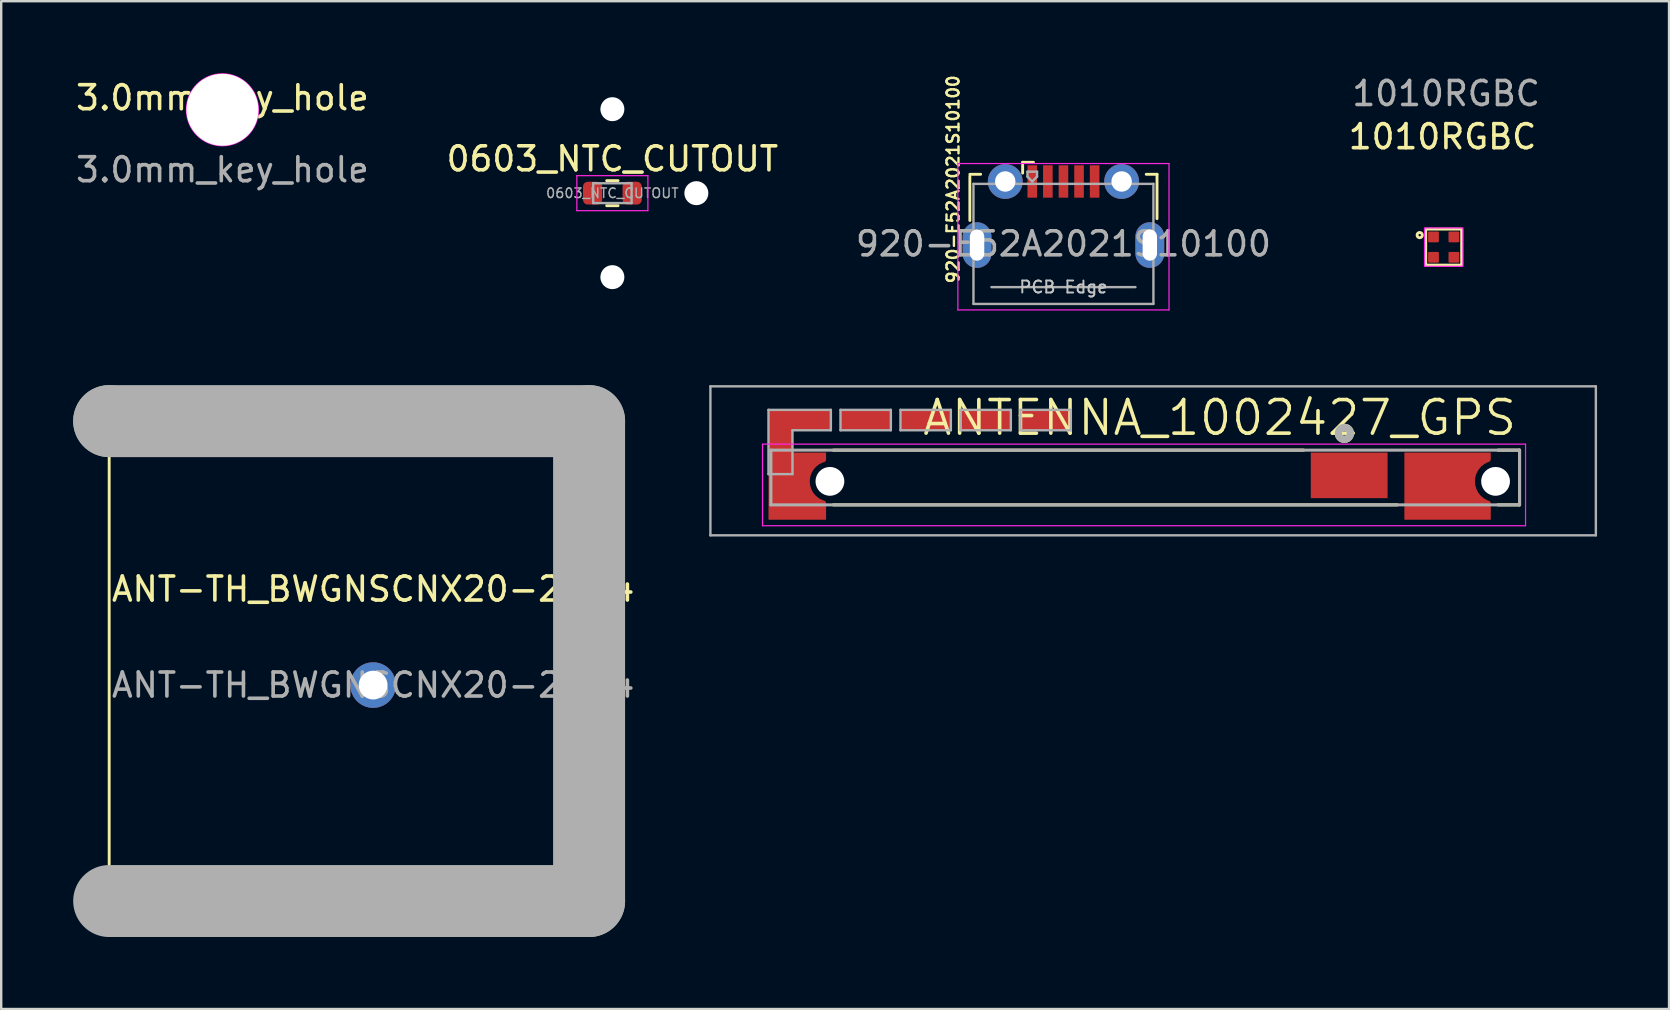
<source format=kicad_pcb>
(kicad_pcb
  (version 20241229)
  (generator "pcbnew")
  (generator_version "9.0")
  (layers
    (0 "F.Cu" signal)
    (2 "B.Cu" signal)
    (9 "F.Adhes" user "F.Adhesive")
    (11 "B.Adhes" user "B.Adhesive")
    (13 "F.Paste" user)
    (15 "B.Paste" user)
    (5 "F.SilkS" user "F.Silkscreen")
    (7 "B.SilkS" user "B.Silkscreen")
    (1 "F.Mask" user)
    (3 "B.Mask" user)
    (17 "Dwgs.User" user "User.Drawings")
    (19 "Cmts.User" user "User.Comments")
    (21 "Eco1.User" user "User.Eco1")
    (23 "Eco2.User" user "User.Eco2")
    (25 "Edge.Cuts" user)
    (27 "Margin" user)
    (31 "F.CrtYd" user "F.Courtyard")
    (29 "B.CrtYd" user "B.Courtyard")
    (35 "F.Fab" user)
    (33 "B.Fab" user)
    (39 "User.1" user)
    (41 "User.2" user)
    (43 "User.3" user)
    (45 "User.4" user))
  (footprint "ANTENNA_1002427_GPS"
    (layer "F.Cu")
    (at 29.076 15.71)
    (property "Reference" "ANTENNA_1002427_GPS" (at 18.7 -1.35 0) (layer "F.SilkS") (effects (font (size 1.4 1.4) (thickness 0.15))))
    (attr through_hole)
    (fp_line (start 2.6 0) (end 22.2 0) (stroke (width 0.127) (type solid)) (layer "F.SilkS"))
    (fp_line (start 26.1 2.28) (end 2.6 2.28) (stroke (width 0.127) (type solid)) (layer "F.SilkS"))
    (fp_line (start 30.3 0) (end 31.2 0) (stroke (width 0.127) (type solid)) (layer "F.SilkS"))
    (fp_line (start 31.2 0) (end 31.2 2.28) (stroke (width 0.127) (type solid)) (layer "F.SilkS"))
    (fp_line (start 31.2 2.28) (end 30.3 2.28) (stroke (width 0.127) (type solid)) (layer "F.SilkS"))
    (fp_circle (center 23.9 -0.7) (end 24 -0.7) (stroke (width 0.3) (type solid)) (fill no) (layer "F.SilkS"))
    (fp_line (start -0.35 -0.25) (end 31.45 -0.25) (stroke (width 0.05) (type solid)) (layer "F.CrtYd"))
    (fp_line (start -0.35 3.15) (end -0.35 -0.25) (stroke (width 0.05) (type solid)) (layer "F.CrtYd"))
    (fp_line (start 31.45 -0.25) (end 31.45 3.15) (stroke (width 0.05) (type solid)) (layer "F.CrtYd"))
    (fp_line (start 31.45 3.15) (end -0.35 3.15) (stroke (width 0.05) (type solid)) (layer "F.CrtYd"))
    (fp_line (start -2.52 -2.66) (end 34.38 -2.66) (stroke (width 0.1) (type solid)) (layer "F.Fab"))
    (fp_line (start -2.52 3.55) (end -2.52 -2.66) (stroke (width 0.1) (type solid)) (layer "F.Fab"))
    (fp_line (start -0.1 -1.68) (end 2.5 -1.68) (stroke (width 0.1) (type solid)) (layer "F.Fab"))
    (fp_line (start -0.1 1) (end -0.1 -1.68) (stroke (width 0.1) (type solid)) (layer "F.Fab"))
    (fp_line (start 0 0) (end 31.2 0) (stroke (width 0.127) (type solid)) (layer "F.Fab"))
    (fp_line (start 0 2.28) (end 0 0) (stroke (width 0.127) (type solid)) (layer "F.Fab"))
    (fp_line (start 0.9 -0.83) (end 0.9 1) (stroke (width 0.1) (type solid)) (layer "F.Fab"))
    (fp_line (start 0.9 1) (end -0.1 1) (stroke (width 0.1) (type solid)) (layer "F.Fab"))
    (fp_line (start 2.5 -1.68) (end 2.5 -0.83) (stroke (width 0.1) (type solid)) (layer "F.Fab"))
    (fp_line (start 2.5 -0.83) (end 0.9 -0.83) (stroke (width 0.1) (type solid)) (layer "F.Fab"))
    (fp_line (start 2.9 -1.68) (end 5 -1.68) (stroke (width 0.1) (type solid)) (layer "F.Fab"))
    (fp_line (start 2.9 -0.83) (end 2.9 -1.68) (stroke (width 0.1) (type solid)) (layer "F.Fab"))
    (fp_line (start 5 -1.68) (end 5 -0.83) (stroke (width 0.1) (type solid)) (layer "F.Fab"))
    (fp_line (start 5 -0.83) (end 2.9 -0.83) (stroke (width 0.1) (type solid)) (layer "F.Fab"))
    (fp_line (start 5.4 -1.68) (end 7.5 -1.68) (stroke (width 0.1) (type solid)) (layer "F.Fab"))
    (fp_line (start 5.4 -0.83) (end 5.4 -1.68) (stroke (width 0.1) (type solid)) (layer "F.Fab"))
    (fp_line (start 7.5 -1.68) (end 7.5 -0.83) (stroke (width 0.1) (type solid)) (layer "F.Fab"))
    (fp_line (start 7.5 -0.83) (end 5.4 -0.83) (stroke (width 0.1) (type solid)) (layer "F.Fab"))
    (fp_line (start 7.9 -1.68) (end 10 -1.68) (stroke (width 0.1) (type solid)) (layer "F.Fab"))
    (fp_line (start 7.9 -0.83) (end 7.9 -1.68) (stroke (width 0.1) (type solid)) (layer "F.Fab"))
    (fp_line (start 10 -1.68) (end 10 -0.83) (stroke (width 0.1) (type solid)) (layer "F.Fab"))
    (fp_line (start 10 -0.83) (end 7.9 -0.83) (stroke (width 0.1) (type solid)) (layer "F.Fab"))
    (fp_line (start 10.4 -1.68) (end 12.5 -1.68) (stroke (width 0.1) (type solid)) (layer "F.Fab"))
    (fp_line (start 10.4 -0.83) (end 10.4 -1.68) (stroke (width 0.1) (type solid)) (layer "F.Fab"))
    (fp_line (start 12.5 -1.68) (end 12.5 -0.83) (stroke (width 0.1) (type solid)) (layer "F.Fab"))
    (fp_line (start 12.5 -0.83) (end 10.4 -0.83) (stroke (width 0.1) (type solid)) (layer "F.Fab"))
    (fp_line (start 31.2 0) (end 31.2 2.28) (stroke (width 0.127) (type solid)) (layer "F.Fab"))
    (fp_line (start 31.2 2.28) (end 0 2.28) (stroke (width 0.127) (type solid)) (layer "F.Fab"))
    (fp_line (start 34.38 -2.66) (end 34.38 3.55) (stroke (width 0.1) (type solid)) (layer "F.Fab"))
    (fp_line (start 34.38 3.55) (end -2.52 3.55) (stroke (width 0.1) (type solid)) (layer "F.Fab"))
    (fp_circle (center 23.9 -0.7) (end 24 -0.7) (stroke (width 0.3) (type solid)) (fill no) (layer "F.Fab"))
    (pad "" np_thru_hole circle (at 2.46 1.3) (size 1.2 1.2) (drill 1.2) (layers "*.Cu" "*.Mask"))
    (pad "" np_thru_hole circle (at 30.2 1.3) (size 1.2 1.2) (drill 1.2) (layers "*.Cu" "*.Mask"))
    (pad "1" smd rect (at 24.1 1.05) (size 3.2 1.9) (layers "F.Cu" "F.Mask" "F.Paste"))
    (pad "2" smd custom (at 28.02 1.375) (size 0.3 0.3) (layers "F.Cu" "F.Mask" "F.Paste") (options (anchor rect)) (primitives (gr_poly (pts (xy 1.98 -0.975) (xy 1.98 -1.275) (xy -1.62 -1.275) (xy -1.62 1.525) (xy 1.98 1.525) (xy 1.98 0.825) (xy 1.38 0.525) (xy 1.231 -0.062) (xy 1.48 -0.675)) (width 0.0001) (fill yes)) (gr_arc (start 1.88 0.832947) (mid 1.223775 -0.073744) (end 1.877615 -0.982156) (width 0.2))))
    (pad "3" smd rect (at 0.4 -0.6 90) (size 2.1 1) (layers "F.Cu"))
    (pad "3" smd custom (at 0.875 1.325) (size 0.3 0.3) (layers "F.Cu" "F.Mask" "F.Paste") (options (anchor rect)) (primitives (gr_poly (pts (xy 1.425 -0.925) (xy 1.425 -1.225) (xy -0.975 -1.225) (xy -0.975 1.575) (xy 1.425 1.575) (xy 1.425 0.875) (xy 0.825 0.575) (xy 0.648 -0.025) (xy 0.825 -0.625)) (width 0.0001) (fill yes)) (gr_arc (start 1.325 0.875) (mid 0.648197 -0.025) (end 1.325 -0.925) (width 0.2))))
    (pad "3" smd rect (at 1.45 -1.25) (size 2.1 0.85) (layers "F.Cu"))
    (pad "4" smd rect (at 3.95 -1.25) (size 2.1 0.85) (layers "F.Cu"))
    (pad "5" smd rect (at 6.45 -1.25) (size 2.1 0.85) (layers "F.Cu"))
    (pad "6" smd rect (at 8.95 -1.25) (size 2.1 0.85) (layers "F.Cu"))
    (pad "7" smd rect (at 11.45 -1.25) (size 2.1 0.85) (layers "F.Cu"))
    (zone (net_name "") (layers "F.Cu" "B.Cu") (hatch edge 0.508) (connect_pads) (min_thickness 0.254) (filled_areas_thickness no) (keepout (tracks allowed) (vias allowed) (pads allowed) (copperpour not_allowed) (footprints allowed)) (placement (enabled no)) (fill) (polygon (pts (xy 55.476 19.26) (xy 26.626 19.26) (xy 26.576 13.06) (xy 63.476 13.06) (xy 63.476 15.46) (xy 55.476 15.46)))))
  (footprint "920-E52A2021S10100"
    (layer "F.Cu")
    (at 41.268 8.913)
    (property "Reference" "920-E52A2021S10100" (at -4.6 -4.491 90) (layer "F.SilkS") (effects (font (size 0.5 0.5) (thickness 0.1))))
    (attr smd)
    (fp_line (start -3.9 -4.7) (end -3.45 -4.7) (stroke (width 0.12) (type solid)) (layer "F.SilkS"))
    (fp_line (start -3.9 -2.775) (end -3.9 -4.625) (stroke (width 0.12) (type solid)) (layer "F.SilkS"))
    (fp_line (start -1.7 -5.2) (end -1.7 -4.75) (stroke (width 0.12) (type solid)) (layer "F.SilkS"))
    (fp_line (start -1.7 -5.2) (end -1.25 -5.2) (stroke (width 0.12) (type solid)) (layer "F.SilkS"))
    (fp_line (start 3.9 -4.7) (end 3.45 -4.7) (stroke (width 0.12) (type solid)) (layer "F.SilkS"))
    (fp_line (start 3.9 -2.85) (end 3.9 -4.7) (stroke (width 0.12) (type solid)) (layer "F.SilkS"))
    (fp_line (start -4.4 -5.147) (end 4.4 -5.147) (stroke (width 0.05) (type solid)) (layer "F.CrtYd"))
    (fp_line (start -4.4 0.953) (end -4.4 -5.147) (stroke (width 0.05) (type solid)) (layer "F.CrtYd"))
    (fp_line (start -4.4 0.953) (end 4.4 0.953) (stroke (width 0.05) (type solid)) (layer "F.CrtYd"))
    (fp_line (start 4.4 -5.147) (end 4.4 0.953) (stroke (width 0.05) (type solid)) (layer "F.CrtYd"))
    (fp_line (start -3.75 -4.3) (end 3.75 -4.3) (stroke (width 0.1) (type solid)) (layer "F.Fab"))
    (fp_line (start -3.75 0.7) (end -3.75 -4.3) (stroke (width 0.1) (type solid)) (layer "F.Fab"))
    (fp_line (start -3.75 0.702) (end 3.75 0.702) (stroke (width 0.1) (type solid)) (layer "F.Fab"))
    (fp_line (start -3 0.002) (end 3 0.002) (stroke (width 0.1) (type solid)) (layer "F.Fab"))
    (fp_line (start -1.5 -4.81) (end -1.5 -4.6) (stroke (width 0.1) (type solid)) (layer "F.Fab"))
    (fp_line (start -1.5 -4.81) (end -1.1 -4.81) (stroke (width 0.1) (type solid)) (layer "F.Fab"))
    (fp_line (start -1.3 -4.4) (end -1.5 -4.6) (stroke (width 0.1) (type solid)) (layer "F.Fab"))
    (fp_line (start -1.1 -4.81) (end -1.1 -4.6) (stroke (width 0.1) (type solid)) (layer "F.Fab"))
    (fp_line (start -1.1 -4.6) (end -1.3 -4.4) (stroke (width 0.1) (type solid)) (layer "F.Fab"))
    (fp_line (start 3.75 0.7) (end 3.75 -4.3) (stroke (width 0.1) (type solid)) (layer "F.Fab"))
    (fp_text user "PCB Edge" (at 0 0 0) (layer "Dwgs.User") (effects (font (size 0.5 0.5) (thickness 0.08))))
    (fp_text user "${REFERENCE}" (at 0 -1.8 0) (layer "F.Fab") (effects (font (size 1 1) (thickness 0.15))))
    (pad "1" smd rect (at -1.3 -4.4) (size 0.4 1.35) (layers "F.Cu" "F.Mask" "F.Paste"))
    (pad "2" smd rect (at -0.65 -4.4) (size 0.4 1.35) (layers "F.Cu" "F.Mask" "F.Paste"))
    (pad "3" smd rect (at 0 -4.4) (size 0.4 1.35) (layers "F.Cu" "F.Mask" "F.Paste"))
    (pad "4" smd rect (at 0.65 -4.4) (size 0.4 1.35) (layers "F.Cu" "F.Mask" "F.Paste"))
    (pad "5" smd rect (at 1.3 -4.4) (size 0.4 1.35) (layers "F.Cu" "F.Mask" "F.Paste"))
    (pad "6" thru_hole oval (at -3.6 -1.75 180) (size 1.2 1.9) (drill oval 0.6 1.3) (layers "*.Cu" "*.Mask"))
    (pad "6" thru_hole circle (at -2.425 -4.4) (size 1.45 1.45) (drill 0.85) (layers "*.Cu" "*.Mask"))
    (pad "6" thru_hole circle (at 2.425 -4.4) (size 1.45 1.45) (drill 0.85) (layers "*.Cu" "*.Mask"))
    (pad "6" thru_hole oval (at 3.6 -1.75) (size 1.2 1.9) (drill oval 0.6 1.3) (layers "*.Cu" "*.Mask")))
  (footprint "1010RGBC"
    (layer "F.Cu")
    (at 57.115 7.248)
    (property "Reference" "1010RGBC" (at -0.05 -4.6 0) (unlocked yes) (layer "F.SilkS") (effects (font (size 1 1) (thickness 0.15))))
    (attr smd)
    (fp_rect (start -0.75 -0.75) (end 0.75 0.75) (stroke (width 0.12) (type default)) (fill no) (layer "F.SilkS"))
    (fp_circle (center -1 -0.5) (end -0.95 -0.5) (stroke (width 0.12) (type default)) (fill no) (layer "F.SilkS"))
    (fp_rect (start -0.8 -0.8) (end 0.8 0.8) (stroke (width 0.05) (type default)) (fill no) (layer "F.CrtYd"))
    (fp_text user "${REFERENCE}" (at 0.1 -6.4 0) (unlocked yes) (layer "F.Fab") (effects (font (size 1 1) (thickness 0.15))))
    (pad "1" smd roundrect (at -0.425 -0.425) (size 0.45 0.45) (layers "F.Cu" "F.Mask" "F.Paste") (roundrect_rratio 0.1))
    (pad "2" smd roundrect (at 0.425 -0.425) (size 0.45 0.45) (layers "F.Cu" "F.Mask" "F.Paste") (roundrect_rratio 0.1))
    (pad "3" smd roundrect (at -0.425 0.425) (size 0.45 0.45) (layers "F.Cu" "F.Mask" "F.Paste") (roundrect_rratio 0.1))
    (pad "4" smd roundrect (at 0.425 0.425) (size 0.45 0.45) (layers "F.Cu" "F.Mask" "F.Paste") (roundrect_rratio 0.1)))
  (footprint "ANT-TH_BWGNSCNX20-20W4"
    (layer "F.Cu")
    (at 12.5 25.5)
    (property "Reference" "ANT-TH_BWGNSCNX20-20W4" (at 0 -4 0) (layer "F.SilkS") (effects (font (size 1 1) (thickness 0.15))))
    (attr smd)
    (fp_rect (start -11 -11) (end 9 9) (stroke (width 0.12) (type default)) (fill no) (layer "F.SilkS"))
    (fp_line (start -11 -11) (end -11 -11) (stroke (width 3) (type solid)) (layer "F.Fab"))
    (fp_line (start -11 -11) (end 9 -11) (stroke (width 3) (type solid)) (layer "F.Fab"))
    (fp_line (start 9 -11) (end 9 9) (stroke (width 3) (type solid)) (layer "F.Fab"))
    (fp_line (start 9 9) (end -11 9) (stroke (width 3) (type solid)) (layer "F.Fab"))
    (fp_circle (center 0 0) (end 0.25 0) (stroke (width 0.5) (type solid)) (fill no) (layer "F.Fab"))
    (fp_circle (center 9.13 -11.13) (end 9.16 -11.13) (stroke (width 0.06) (type solid)) (fill no) (layer "F.Fab"))
    (fp_text user "${REFERENCE}" (at 0 0 0) (layer "F.Fab") (effects (font (size 1 1) (thickness 0.15))))
    (pad "1" thru_hole circle (at 0 0) (size 1.9 1.9) (drill 1.2) (layers "*.Cu" "*.Paste" "*.Mask")))
  (footprint "3.0mm_key_hole"
    (layer "F.Cu")
    (at 6.22 1.525)
    (property "Reference" "3.0mm_key_hole" (at 0 -0.5 0) (unlocked yes) (layer "F.SilkS") (effects (font (size 1 1) (thickness 0.15))))
    (attr exclude_from_pos_files exclude_from_bom)
    (fp_circle (center 0 0) (end 1.5 0) (stroke (width 0.05) (type default)) (fill no) (layer "F.CrtYd"))
    (fp_text user "${REFERENCE}" (at 0 2.5 0) (unlocked yes) (layer "F.Fab") (effects (font (size 1 1) (thickness 0.15))))
    (pad "" np_thru_hole circle (at 0 0) (size 3 3) (drill 3) (layers "*.Cu" "*.Mask")))
  (footprint "0603_NTC_CUTOUT"
    (layer "F.Cu")
    (at 22.47 5)
    (property "Reference" "0603_NTC_CUTOUT" (at 0 -1.43 0) (layer "F.SilkS") (effects (font (size 1 1) (thickness 0.15))))
    (attr smd)
    (fp_line (start -0.237 -0.522) (end 0.237 -0.522) (stroke (width 0.12) (type solid)) (layer "F.SilkS"))
    (fp_line (start -0.237 0.522) (end 0.237 0.522) (stroke (width 0.12) (type solid)) (layer "F.SilkS"))
    (fp_line (start -1.48 -0.73) (end 1.48 -0.73) (stroke (width 0.05) (type solid)) (layer "F.CrtYd"))
    (fp_line (start -1.48 0.73) (end -1.48 -0.73) (stroke (width 0.05) (type solid)) (layer "F.CrtYd"))
    (fp_line (start 1.48 -0.73) (end 1.48 0.73) (stroke (width 0.05) (type solid)) (layer "F.CrtYd"))
    (fp_line (start 1.48 0.73) (end -1.48 0.73) (stroke (width 0.05) (type solid)) (layer "F.CrtYd"))
    (fp_line (start -0.8 -0.412) (end 0.8 -0.412) (stroke (width 0.1) (type solid)) (layer "F.Fab"))
    (fp_line (start -0.8 0.412) (end -0.8 -0.412) (stroke (width 0.1) (type solid)) (layer "F.Fab"))
    (fp_line (start 0.8 -0.412) (end 0.8 0.412) (stroke (width 0.1) (type solid)) (layer "F.Fab"))
    (fp_line (start 0.8 0.412) (end -0.8 0.412) (stroke (width 0.1) (type solid)) (layer "F.Fab"))
    (fp_text user "${REFERENCE}" (at 0 0 0) (layer "F.Fab") (effects (font (size 0.4 0.4) (thickness 0.06))))
    (pad "" np_thru_hole circle (at 0 -3.5 180) (size 1 1) (drill oval 10 3) (layers "*.Cu" "*.Mask"))
    (pad "" np_thru_hole circle (at 0 3.5 180) (size 1 1) (drill oval 10 3) (layers "*.Cu" "*.Mask"))
    (pad "" np_thru_hole circle (at 3.5 0 270) (size 1 1) (drill oval 10 3) (layers "*.Cu" "*.Mask"))
    (pad "1" smd roundrect (at -0.825 0) (size 0.8 0.95) (layers "F.Cu" "F.Mask" "F.Paste") (roundrect_rratio 0.25))
    (pad "2" smd roundrect (at 0.825 0) (size 0.8 0.95) (layers "F.Cu" "F.Mask" "F.Paste") (roundrect_rratio 0.25)))
  (gr_rect
    (start -3 -3)
    (end 66.506 39)
    (stroke (width 0.1) (type default))
    (fill no)
    (layer "Edge.Cuts")))
</source>
